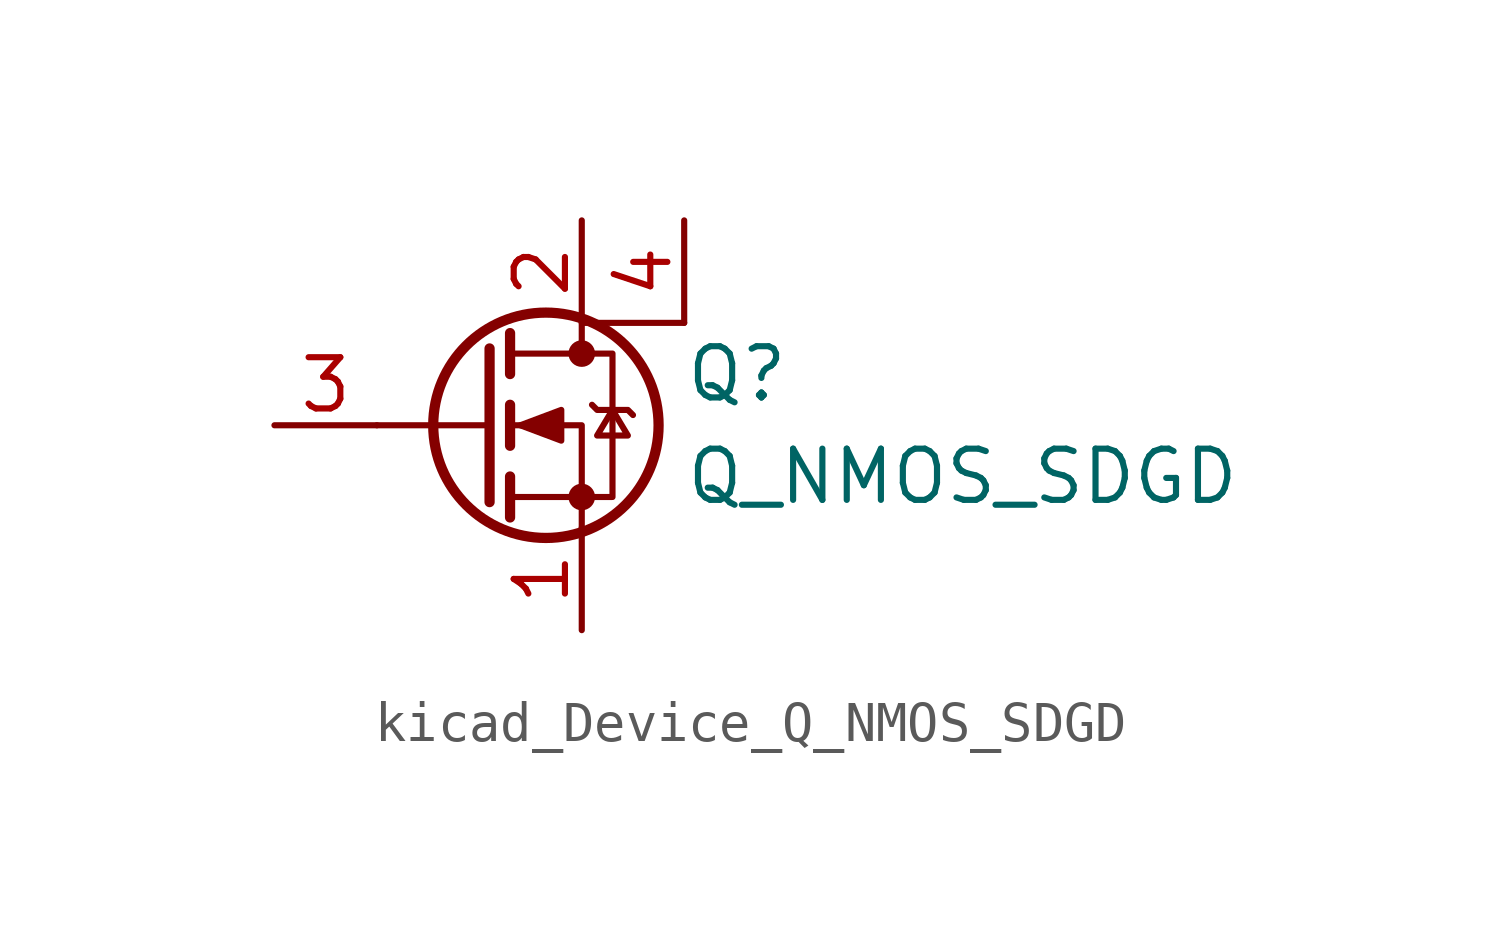
<source format=kicad_sym>
(kicad_symbol_lib
  (version 20220914)
  (generator kicad_symbol_editor)
  (symbol "kicad_Device_Q_NMOS_SDGD"
    (pin_names
      (offset 0) hide)
    (property "Reference" "Q"
      (at 5.08 1.27 0)
      (effects (font (size 1.27 1.27)) (justify left)))
    (property "Value" "Q_NMOS_SDGD"
      (at 5.08 -1.27 0)
      (effects (font (size 1.27 1.27)) (justify left)))
    (symbol "kicad_Device_Q_NMOS_SDGD_0_1"
      (polyline (pts (xy 0.254 0) (xy -2.54 0)) (stroke (width 0) (type default)) (fill (type none)))
      (polyline (pts (xy 0.254 1.905) (xy 0.254 -1.905)) (stroke (width 0.254) (type default)) (fill (type none)))
      (polyline (pts (xy 0.762 -1.27) (xy 0.762 -2.286)) (stroke (width 0.254) (type default)) (fill (type none)))
      (polyline (pts (xy 0.762 0.508) (xy 0.762 -0.508)) (stroke (width 0.254) (type default)) (fill (type none)))
      (polyline (pts (xy 0.762 2.286) (xy 0.762 1.27)) (stroke (width 0.254) (type default)) (fill (type none)))
      (polyline (pts (xy 2.54 -2.54) (xy 2.54 0) (xy 0.762 0)) (stroke (width 0) (type default)) (fill (type none)))
      (polyline (pts (xy 5.08 2.54) (xy 2.54 2.54) (xy 2.54 1.778)) (stroke (width 0) (type default)) (fill (type none)))
      (polyline (pts (xy 0.762 -1.778) (xy 3.302 -1.778) (xy 3.302 1.778) (xy 0.762 1.778)) (stroke (width 0) (type default)) (fill (type none)))
      (polyline (pts (xy 1.016 0) (xy 2.032 0.381) (xy 2.032 -0.381) (xy 1.016 0)) (stroke (width 0) (type default)) (fill (type outline)))
      (polyline (pts (xy 2.794 0.508) (xy 2.921 0.381) (xy 3.683 0.381) (xy 3.81 0.254)) (stroke (width 0) (type default)) (fill (type none)))
      (polyline (pts (xy 3.302 0.381) (xy 2.921 -0.254) (xy 3.683 -0.254) (xy 3.302 0.381)) (stroke (width 0) (type default)) (fill (type none)))
      (circle (center 1.651 0) (radius 2.794) (stroke (width 0.254) (type default)) (fill (type none)))
      (circle (center 2.54 -1.778) (radius 0.254) (stroke (width 0) (type default)) (fill (type outline)))
      (circle (center 2.54 1.778) (radius 0.254) (stroke (width 0) (type default)) (fill (type outline))))
    (symbol "kicad_Device_Q_NMOS_SDGD_1_1"
      (pin passive line (at 2.54 -5.08 90) (length 2.54) (name "S" (effects (font (size 1.27 1.27)))) (number "1" (effects (font (size 1.27 1.27)))))
      (pin passive line (at 2.54 5.08 270) (length 2.54) (name "D" (effects (font (size 1.27 1.27)))) (number "2" (effects (font (size 1.27 1.27)))))
      (pin input line (at -5.08 0 0) (length 2.54) (name "G" (effects (font (size 1.27 1.27)))) (number "3" (effects (font (size 1.27 1.27)))))
      (pin passive line (at 5.08 5.08 270) (length 2.54) (name "D" (effects (font (size 1.27 1.27)))) (number "4" (effects (font (size 1.27 1.27))))))))
</source>
